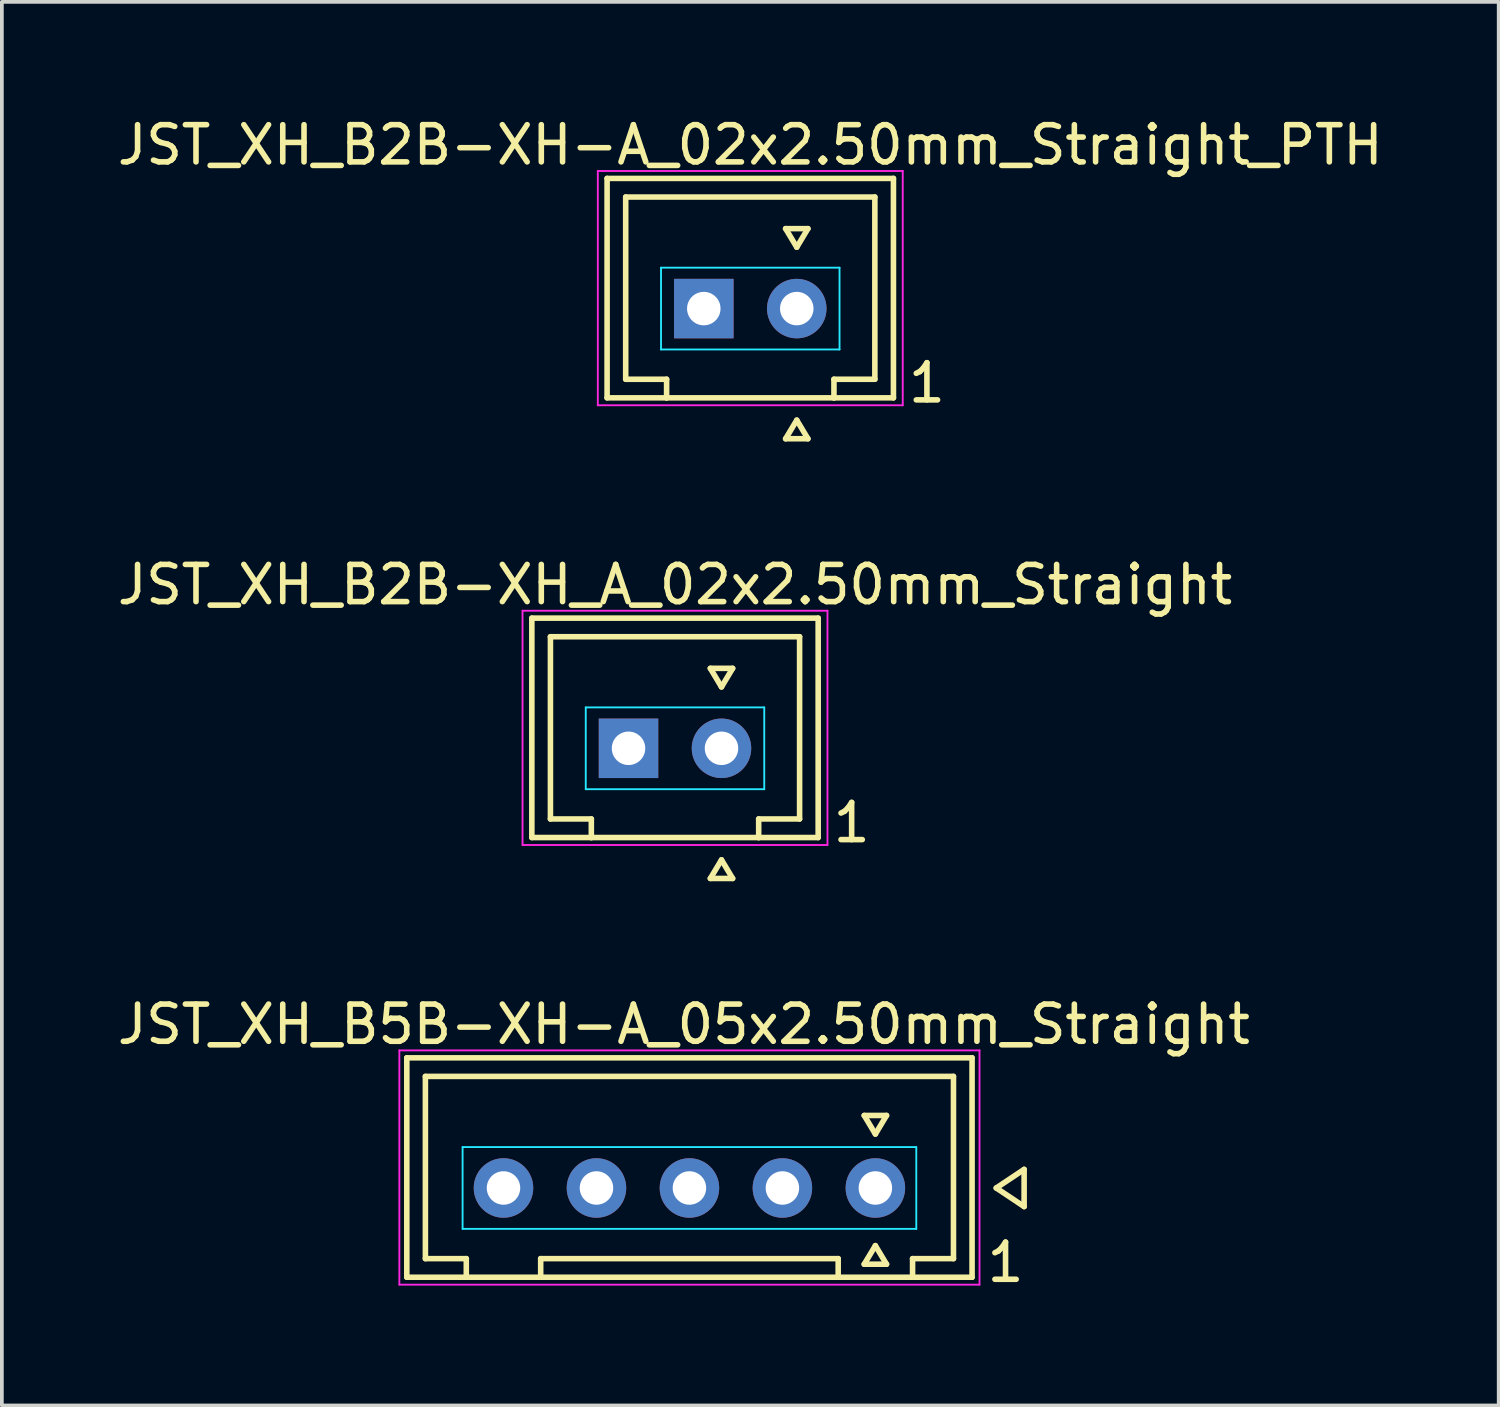
<source format=kicad_pcb>
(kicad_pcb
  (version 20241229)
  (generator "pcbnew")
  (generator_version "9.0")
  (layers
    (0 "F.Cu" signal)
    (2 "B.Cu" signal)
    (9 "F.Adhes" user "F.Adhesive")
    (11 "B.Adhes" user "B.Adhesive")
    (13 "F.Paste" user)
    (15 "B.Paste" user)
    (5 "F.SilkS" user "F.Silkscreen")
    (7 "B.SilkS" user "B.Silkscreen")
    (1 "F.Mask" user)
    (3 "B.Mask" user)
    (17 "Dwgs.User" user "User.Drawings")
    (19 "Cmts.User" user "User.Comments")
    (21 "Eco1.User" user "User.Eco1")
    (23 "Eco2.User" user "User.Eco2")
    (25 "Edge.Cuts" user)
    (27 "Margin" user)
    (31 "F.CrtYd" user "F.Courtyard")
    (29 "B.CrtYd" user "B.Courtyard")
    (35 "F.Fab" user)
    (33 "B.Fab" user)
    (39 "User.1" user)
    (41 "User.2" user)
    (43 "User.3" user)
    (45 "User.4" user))
  (footprint "JST_XH_B5B-XH-A_05x2.50mm_Straight"
    (layer "F.Cu")
    (at 20.489 28.895)
    (property "Reference" "JST_XH_B5B-XH-A_05x2.50mm_Straight" (at -5.15 -4.4 0) (layer "F.SilkS") (effects (font (size 1 1) (thickness 0.15))))
    (attr through_hole)
    (fp_line (start -12.6 -3.5) (end -12.6 2.4) (stroke (width 0.15) (type solid)) (layer "F.SilkS"))
    (fp_line (start -12.6 2.4) (end 2.6 2.4) (stroke (width 0.15) (type solid)) (layer "F.SilkS"))
    (fp_line (start -12.1 -3) (end 2.1 -3) (stroke (width 0.15) (type solid)) (layer "F.SilkS"))
    (fp_line (start -12.1 1.9) (end -12.1 -3) (stroke (width 0.15) (type solid)) (layer "F.SilkS"))
    (fp_line (start -11 1.9) (end -12.1 1.9) (stroke (width 0.15) (type solid)) (layer "F.SilkS"))
    (fp_line (start -11 2.4) (end -11 1.9) (stroke (width 0.15) (type solid)) (layer "F.SilkS"))
    (fp_line (start -9 1.9) (end -9 2.4) (stroke (width 0.15) (type solid)) (layer "F.SilkS"))
    (fp_line (start -1 1.9) (end -9 1.9) (stroke (width 0.15) (type solid)) (layer "F.SilkS"))
    (fp_line (start -1 2.4) (end -1 1.9) (stroke (width 0.15) (type solid)) (layer "F.SilkS"))
    (fp_line (start -0.3 -1.95) (end 0.3 -1.95) (stroke (width 0.15) (type solid)) (layer "F.SilkS"))
    (fp_line (start -0.3 2.05) (end 0 1.55) (stroke (width 0.15) (type solid)) (layer "F.SilkS"))
    (fp_line (start 0 -1.45) (end -0.3 -1.95) (stroke (width 0.15) (type solid)) (layer "F.SilkS"))
    (fp_line (start 0 1.55) (end 0.3 2.05) (stroke (width 0.15) (type solid)) (layer "F.SilkS"))
    (fp_line (start 0.3 -1.95) (end 0 -1.45) (stroke (width 0.15) (type solid)) (layer "F.SilkS"))
    (fp_line (start 0.3 2.05) (end -0.3 2.05) (stroke (width 0.15) (type solid)) (layer "F.SilkS"))
    (fp_line (start 1 1.9) (end 1 2.4) (stroke (width 0.15) (type solid)) (layer "F.SilkS"))
    (fp_line (start 2.1 -3) (end 2.1 1.9) (stroke (width 0.15) (type solid)) (layer "F.SilkS"))
    (fp_line (start 2.1 1.9) (end 1 1.9) (stroke (width 0.15) (type solid)) (layer "F.SilkS"))
    (fp_line (start 2.6 -3.5) (end -12.6 -3.5) (stroke (width 0.15) (type solid)) (layer "F.SilkS"))
    (fp_line (start 2.6 -3.5) (end 2.6 2.4) (stroke (width 0.15) (type solid)) (layer "F.SilkS"))
    (fp_line (start 3.25 0) (end 4 -0.5) (stroke (width 0.15) (type solid)) (layer "F.SilkS"))
    (fp_line (start 4 -0.5) (end 4 0.5) (stroke (width 0.15) (type solid)) (layer "F.SilkS"))
    (fp_line (start 4 0.5) (end 3.25 0) (stroke (width 0.15) (type solid)) (layer "F.SilkS"))
    (fp_line (start -11.1 -1.1) (end 1.1 -1.1) (stroke (width 0.05) (type solid)) (layer "B.CrtYd"))
    (fp_line (start -11.1 1.1) (end -11.1 -1.1) (stroke (width 0.05) (type solid)) (layer "B.CrtYd"))
    (fp_line (start 1.1 -1.1) (end 1.1 1.1) (stroke (width 0.05) (type solid)) (layer "B.CrtYd"))
    (fp_line (start 1.1 1.1) (end -11.1 1.1) (stroke (width 0.05) (type solid)) (layer "B.CrtYd"))
    (fp_line (start -12.8 -3.7) (end 2.8 -3.7) (stroke (width 0.05) (type solid)) (layer "F.CrtYd"))
    (fp_line (start -12.8 2.6) (end -12.8 -3.7) (stroke (width 0.05) (type solid)) (layer "F.CrtYd"))
    (fp_line (start 2.8 -3.7) (end 2.8 2.6) (stroke (width 0.05) (type solid)) (layer "F.CrtYd"))
    (fp_line (start 2.8 2.6) (end -12.8 2.6) (stroke (width 0.05) (type solid)) (layer "F.CrtYd"))
    (fp_text user "1" (at 3.5 2 0) (layer "F.SilkS") (effects (font (size 1 1) (thickness 0.15))))
    (pad "1" thru_hole circle (at 0 0) (size 1.6 1.6) (drill 0.9) (layers "*.Cu" "*.Mask"))
    (pad "2" thru_hole circle (at -2.5 0) (size 1.6 1.6) (drill 0.9) (layers "*.Cu" "*.Mask"))
    (pad "4" thru_hole circle (at -7.5 0) (size 1.6 1.6) (drill 0.9) (layers "*.Cu" "*.Mask"))
    (pad "5" thru_hole circle (at -10 0) (size 1.6 1.6) (drill 0.9) (layers "*.Cu" "*.Mask"))
    (pad "5" thru_hole circle (at -5 0) (size 1.6 1.6) (drill 0.9) (layers "*.Cu" "*.Mask")))
  (footprint "JST_XH_B2B-XH-A_02x2.50mm_Straight_PTH"
    (layer "F.Cu")
    (at 18.375 5.248)
    (property "Reference" "JST_XH_B2B-XH-A_02x2.50mm_Straight_PTH" (at -1.25 -4.4 0) (layer "F.SilkS") (effects (font (size 1 1) (thickness 0.15))))
    (attr through_hole)
    (fp_line (start -5.1 -3.5) (end -5.1 2.4) (stroke (width 0.15) (type solid)) (layer "F.SilkS"))
    (fp_line (start -5.1 -3.5) (end 2.6 -3.5) (stroke (width 0.15) (type solid)) (layer "F.SilkS"))
    (fp_line (start -4.6 1.9) (end -4.6 -3) (stroke (width 0.15) (type solid)) (layer "F.SilkS"))
    (fp_line (start -3.5 1.9) (end -4.6 1.9) (stroke (width 0.15) (type solid)) (layer "F.SilkS"))
    (fp_line (start -3.5 2.4) (end -5.1 2.4) (stroke (width 0.15) (type solid)) (layer "F.SilkS"))
    (fp_line (start -3.5 2.4) (end -3.5 1.9) (stroke (width 0.15) (type solid)) (layer "F.SilkS"))
    (fp_line (start -3.5 2.4) (end 1 2.4) (stroke (width 0.15) (type solid)) (layer "F.SilkS"))
    (fp_line (start -0.3 -2.15) (end 0.3 -2.15) (stroke (width 0.15) (type solid)) (layer "F.SilkS"))
    (fp_line (start -0.3 3.5) (end 0 3) (stroke (width 0.15) (type solid)) (layer "F.SilkS"))
    (fp_line (start 0 -1.65) (end -0.3 -2.15) (stroke (width 0.15) (type solid)) (layer "F.SilkS"))
    (fp_line (start 0 3) (end 0.3 3.5) (stroke (width 0.15) (type solid)) (layer "F.SilkS"))
    (fp_line (start 0.3 -2.15) (end 0 -1.65) (stroke (width 0.15) (type solid)) (layer "F.SilkS"))
    (fp_line (start 0.3 3.5) (end -0.3 3.5) (stroke (width 0.15) (type solid)) (layer "F.SilkS"))
    (fp_line (start 1 1.9) (end 1 2.4) (stroke (width 0.15) (type solid)) (layer "F.SilkS"))
    (fp_line (start 1 2.4) (end 2.6 2.4) (stroke (width 0.15) (type solid)) (layer "F.SilkS"))
    (fp_line (start 2.1 -3) (end -4.6 -3) (stroke (width 0.15) (type solid)) (layer "F.SilkS"))
    (fp_line (start 2.1 -3) (end 2.1 1.9) (stroke (width 0.15) (type solid)) (layer "F.SilkS"))
    (fp_line (start 2.1 1.9) (end 1 1.9) (stroke (width 0.15) (type solid)) (layer "F.SilkS"))
    (fp_line (start 2.6 -3.5) (end 2.6 2.4) (stroke (width 0.15) (type solid)) (layer "F.SilkS"))
    (fp_line (start -3.65 -1.1) (end 1.15 -1.1) (stroke (width 0.05) (type solid)) (layer "B.CrtYd"))
    (fp_line (start -3.65 1.1) (end -3.65 -1.1) (stroke (width 0.05) (type solid)) (layer "B.CrtYd"))
    (fp_line (start 1.15 -1.1) (end 1.15 1.1) (stroke (width 0.05) (type solid)) (layer "B.CrtYd"))
    (fp_line (start 1.15 1.1) (end -3.65 1.1) (stroke (width 0.05) (type solid)) (layer "B.CrtYd"))
    (fp_line (start -5.35 -3.7) (end 2.85 -3.7) (stroke (width 0.05) (type solid)) (layer "F.CrtYd"))
    (fp_line (start -5.35 2.6) (end -5.35 -3.7) (stroke (width 0.05) (type solid)) (layer "F.CrtYd"))
    (fp_line (start 2.85 -3.7) (end 2.85 2.6) (stroke (width 0.05) (type solid)) (layer "F.CrtYd"))
    (fp_line (start 2.85 2.6) (end -5.35 2.6) (stroke (width 0.05) (type solid)) (layer "F.CrtYd"))
    (fp_text user "1" (at 3.5 2 0) (layer "F.SilkS") (effects (font (size 1 1) (thickness 0.15))))
    (pad "1" thru_hole circle (at 0 0) (size 1.6 1.6) (drill 0.9) (layers "*.Cu" "*.Mask"))
    (pad "2" thru_hole rect (at -2.5 0) (size 1.6 1.6) (drill 0.9) (layers "*.Cu" "*.Mask")))
  (footprint "JST_XH_B2B-XH_A_02x2.50mm_Straight"
    (layer "F.Cu")
    (at 16.351 17.072)
    (property "Reference" "JST_XH_B2B-XH_A_02x2.50mm_Straight" (at -1.25 -4.4 0) (layer "F.SilkS") (effects (font (size 1 1) (thickness 0.15))))
    (attr through_hole)
    (fp_line (start -5.1 -3.5) (end -5.1 2.4) (stroke (width 0.15) (type solid)) (layer "F.SilkS"))
    (fp_line (start -5.1 -3.5) (end 2.6 -3.5) (stroke (width 0.15) (type solid)) (layer "F.SilkS"))
    (fp_line (start -4.6 1.9) (end -4.6 -3) (stroke (width 0.15) (type solid)) (layer "F.SilkS"))
    (fp_line (start -3.5 1.9) (end -4.6 1.9) (stroke (width 0.15) (type solid)) (layer "F.SilkS"))
    (fp_line (start -3.5 2.4) (end -5.1 2.4) (stroke (width 0.15) (type solid)) (layer "F.SilkS"))
    (fp_line (start -3.5 2.4) (end -3.5 1.9) (stroke (width 0.15) (type solid)) (layer "F.SilkS"))
    (fp_line (start -3.5 2.4) (end 1 2.4) (stroke (width 0.15) (type solid)) (layer "F.SilkS"))
    (fp_line (start -0.3 -2.15) (end 0.3 -2.15) (stroke (width 0.15) (type solid)) (layer "F.SilkS"))
    (fp_line (start -0.3 3.5) (end 0 3) (stroke (width 0.15) (type solid)) (layer "F.SilkS"))
    (fp_line (start 0 -1.65) (end -0.3 -2.15) (stroke (width 0.15) (type solid)) (layer "F.SilkS"))
    (fp_line (start 0 3) (end 0.3 3.5) (stroke (width 0.15) (type solid)) (layer "F.SilkS"))
    (fp_line (start 0.3 -2.15) (end 0 -1.65) (stroke (width 0.15) (type solid)) (layer "F.SilkS"))
    (fp_line (start 0.3 3.5) (end -0.3 3.5) (stroke (width 0.15) (type solid)) (layer "F.SilkS"))
    (fp_line (start 1 1.9) (end 1 2.4) (stroke (width 0.15) (type solid)) (layer "F.SilkS"))
    (fp_line (start 1 2.4) (end 2.6 2.4) (stroke (width 0.15) (type solid)) (layer "F.SilkS"))
    (fp_line (start 2.1 -3) (end -4.6 -3) (stroke (width 0.15) (type solid)) (layer "F.SilkS"))
    (fp_line (start 2.1 -3) (end 2.1 1.9) (stroke (width 0.15) (type solid)) (layer "F.SilkS"))
    (fp_line (start 2.1 1.9) (end 1 1.9) (stroke (width 0.15) (type solid)) (layer "F.SilkS"))
    (fp_line (start 2.6 -3.5) (end 2.6 2.4) (stroke (width 0.15) (type solid)) (layer "F.SilkS"))
    (fp_line (start -3.65 -1.1) (end 1.15 -1.1) (stroke (width 0.05) (type solid)) (layer "B.CrtYd"))
    (fp_line (start -3.65 1.1) (end -3.65 -1.1) (stroke (width 0.05) (type solid)) (layer "B.CrtYd"))
    (fp_line (start 1.15 -1.1) (end 1.15 1.1) (stroke (width 0.05) (type solid)) (layer "B.CrtYd"))
    (fp_line (start 1.15 1.1) (end -3.65 1.1) (stroke (width 0.05) (type solid)) (layer "B.CrtYd"))
    (fp_line (start -5.35 -3.7) (end 2.85 -3.7) (stroke (width 0.05) (type solid)) (layer "F.CrtYd"))
    (fp_line (start -5.35 2.6) (end -5.35 -3.7) (stroke (width 0.05) (type solid)) (layer "F.CrtYd"))
    (fp_line (start 2.85 -3.7) (end 2.85 2.6) (stroke (width 0.05) (type solid)) (layer "F.CrtYd"))
    (fp_line (start 2.85 2.6) (end -5.35 2.6) (stroke (width 0.05) (type solid)) (layer "F.CrtYd"))
    (fp_text user "1" (at 3.5 2 0) (layer "F.SilkS") (effects (font (size 1 1) (thickness 0.15))))
    (pad "1" thru_hole circle (at 0 0) (size 1.6 1.6) (drill 0.9) (layers "*.Cu" "*.Mask"))
    (pad "2" thru_hole rect (at -2.5 0) (size 1.6 1.6) (drill 0.9) (layers "*.Cu" "*.Mask")))
  (gr_rect
    (start -3 -3)
    (end 37.25 34.743)
    (stroke (width 0.1) (type default))
    (fill no)
    (layer "Edge.Cuts")))
</source>
